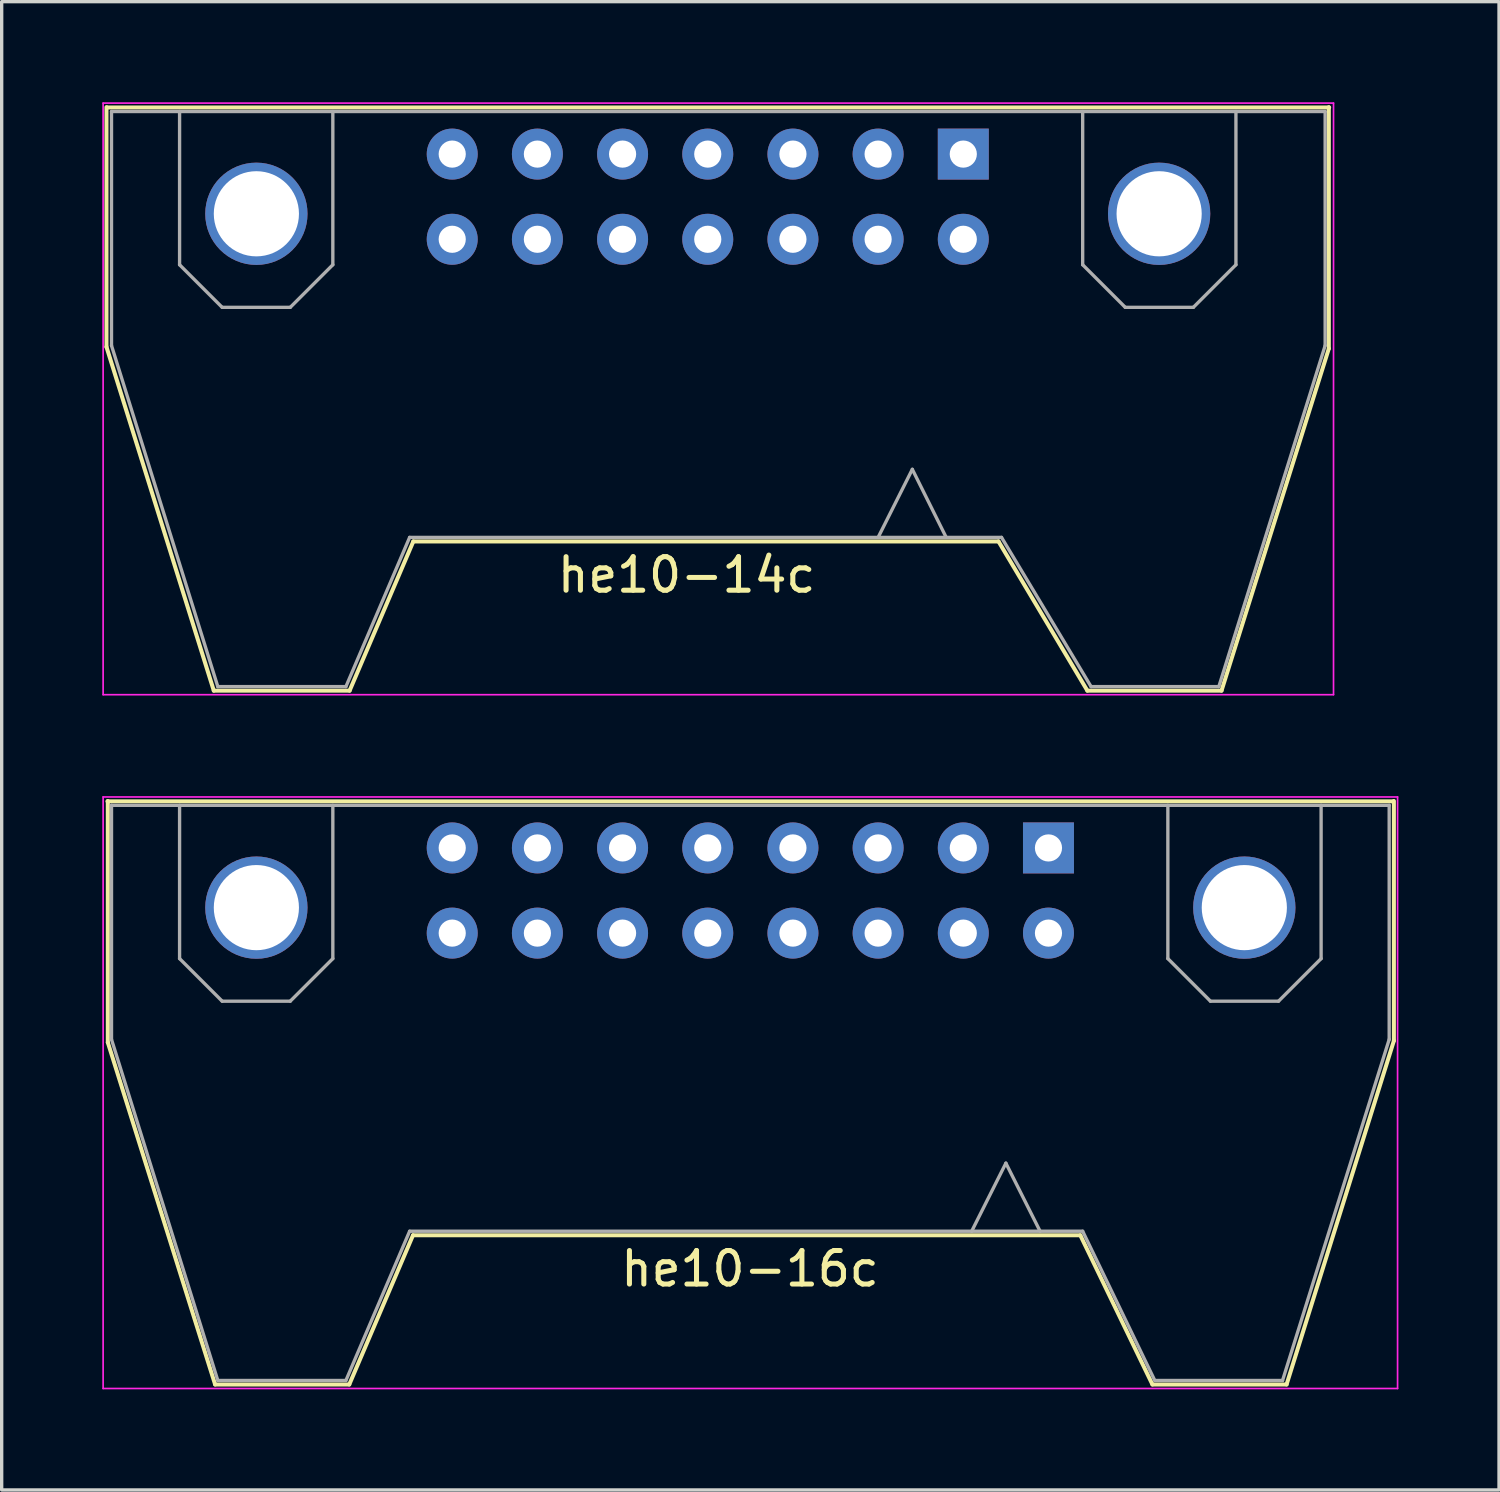
<source format=kicad_pcb>
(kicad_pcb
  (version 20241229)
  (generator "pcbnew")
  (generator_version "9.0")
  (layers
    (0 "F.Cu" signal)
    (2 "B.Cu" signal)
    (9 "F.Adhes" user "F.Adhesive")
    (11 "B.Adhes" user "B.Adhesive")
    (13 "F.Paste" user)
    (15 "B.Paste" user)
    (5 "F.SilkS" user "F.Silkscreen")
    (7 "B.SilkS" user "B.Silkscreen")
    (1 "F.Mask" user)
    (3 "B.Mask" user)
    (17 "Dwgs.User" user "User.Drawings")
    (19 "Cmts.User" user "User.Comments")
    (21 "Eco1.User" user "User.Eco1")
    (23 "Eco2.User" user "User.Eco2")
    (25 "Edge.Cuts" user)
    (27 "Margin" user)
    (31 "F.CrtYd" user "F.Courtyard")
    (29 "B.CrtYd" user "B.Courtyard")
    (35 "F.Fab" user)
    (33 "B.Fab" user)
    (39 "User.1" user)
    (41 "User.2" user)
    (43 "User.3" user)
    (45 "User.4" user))
  (footprint "he10-14c"
    (layer "F.Cu")
    (at 25.675 1.545)
    (property "Reference" "he10-14c" (at -8.25 12.55 0) (layer "F.SilkS") (effects (font (size 1 1) (thickness 0.15))))
    (attr through_hole)
    (fp_line (start -25.55 -1.4) (end -25.55 5.75) (stroke (width 0.12) (type solid)) (layer "F.SilkS"))
    (fp_line (start -25.55 5.75) (end -22.35 16) (stroke (width 0.12) (type solid)) (layer "F.SilkS"))
    (fp_line (start -25.52 -1.39) (end 10.91 -1.39) (stroke (width 0.12) (type solid)) (layer "F.SilkS"))
    (fp_line (start -22.35 16) (end -18.3 16) (stroke (width 0.12) (type solid)) (layer "F.SilkS"))
    (fp_line (start -18.3 16) (end -16.4 11.55) (stroke (width 0.12) (type solid)) (layer "F.SilkS"))
    (fp_line (start -16.4 11.55) (end 1.05 11.55) (stroke (width 0.12) (type solid)) (layer "F.SilkS"))
    (fp_line (start 1.05 11.55) (end 3.7 16) (stroke (width 0.12) (type solid)) (layer "F.SilkS"))
    (fp_line (start 3.7 16) (end 7.7 16) (stroke (width 0.12) (type solid)) (layer "F.SilkS"))
    (fp_line (start 7.7 16) (end 10.9 5.8) (stroke (width 0.12) (type solid)) (layer "F.SilkS"))
    (fp_line (start 10.9 5.8) (end 10.9 -1.4) (stroke (width 0.12) (type solid)) (layer "F.SilkS"))
    (fp_line (start -25.65 -1.52) (end -25.65 16.12) (stroke (width 0.05) (type solid)) (layer "F.CrtYd"))
    (fp_line (start -25.65 -1.52) (end 11.04 -1.52) (stroke (width 0.05) (type solid)) (layer "F.CrtYd"))
    (fp_line (start 11.04 16.12) (end -25.65 16.12) (stroke (width 0.05) (type solid)) (layer "F.CrtYd"))
    (fp_line (start 11.04 16.12) (end 11.04 -1.52) (stroke (width 0.05) (type solid)) (layer "F.CrtYd"))
    (fp_line (start -25.4 -1.27) (end -25.4 5.71) (stroke (width 0.1) (type solid)) (layer "F.Fab"))
    (fp_line (start -25.4 -1.27) (end 10.79 -1.27) (stroke (width 0.1) (type solid)) (layer "F.Fab"))
    (fp_line (start -25.4 5.71) (end -22.23 15.88) (stroke (width 0.1) (type solid)) (layer "F.Fab"))
    (fp_line (start -23.37 3.3) (end -23.37 -1.27) (stroke (width 0.1) (type solid)) (layer "F.Fab"))
    (fp_line (start -22.23 15.88) (end -18.41 15.88) (stroke (width 0.1) (type solid)) (layer "F.Fab"))
    (fp_line (start -22.1 4.57) (end -23.37 3.3) (stroke (width 0.1) (type solid)) (layer "F.Fab"))
    (fp_line (start -20.07 4.57) (end -22.1 4.57) (stroke (width 0.1) (type solid)) (layer "F.Fab"))
    (fp_line (start -18.8 -1.27) (end -18.8 3.3) (stroke (width 0.1) (type solid)) (layer "F.Fab"))
    (fp_line (start -18.8 3.3) (end -20.07 4.57) (stroke (width 0.1) (type solid)) (layer "F.Fab"))
    (fp_line (start -18.41 15.88) (end -16.51 11.43) (stroke (width 0.1) (type solid)) (layer "F.Fab"))
    (fp_line (start -16.51 11.43) (end 1.14 11.43) (stroke (width 0.1) (type solid)) (layer "F.Fab"))
    (fp_line (start -1.52 9.4) (end -2.54 11.43) (stroke (width 0.1) (type solid)) (layer "F.Fab"))
    (fp_line (start -0.51 11.43) (end -1.52 9.4) (stroke (width 0.1) (type solid)) (layer "F.Fab"))
    (fp_line (start 3.56 3.3) (end 3.56 -1.27) (stroke (width 0.1) (type solid)) (layer "F.Fab"))
    (fp_line (start 3.81 15.88) (end 1.14 11.43) (stroke (width 0.1) (type solid)) (layer "F.Fab"))
    (fp_line (start 4.83 4.57) (end 3.56 3.3) (stroke (width 0.1) (type solid)) (layer "F.Fab"))
    (fp_line (start 6.86 4.57) (end 4.83 4.57) (stroke (width 0.1) (type solid)) (layer "F.Fab"))
    (fp_line (start 7.62 15.88) (end 3.81 15.88) (stroke (width 0.1) (type solid)) (layer "F.Fab"))
    (fp_line (start 8.13 -1.27) (end 8.13 3.3) (stroke (width 0.1) (type solid)) (layer "F.Fab"))
    (fp_line (start 8.13 3.3) (end 6.86 4.57) (stroke (width 0.1) (type solid)) (layer "F.Fab"))
    (fp_line (start 10.79 -1.27) (end 10.79 5.71) (stroke (width 0.1) (type solid)) (layer "F.Fab"))
    (fp_line (start 10.79 5.71) (end 7.62 15.88) (stroke (width 0.1) (type solid)) (layer "F.Fab"))
    (pad "0" thru_hole circle (at -21.08 1.78) (size 3.05 3.05) (drill 2.54) (layers "*.Cu" "*.Mask"))
    (pad "0" thru_hole circle (at 5.84 1.78) (size 3.05 3.05) (drill 2.54) (layers "*.Cu" "*.Mask"))
    (pad "1" thru_hole rect (at 0 0) (size 1.52 1.52) (drill 0.81) (layers "*.Cu" "*.Mask"))
    (pad "2" thru_hole circle (at 0 2.54) (size 1.52 1.52) (drill 0.81) (layers "*.Cu" "*.Mask"))
    (pad "3" thru_hole circle (at -2.54 0) (size 1.52 1.52) (drill 0.81) (layers "*.Cu" "*.Mask"))
    (pad "4" thru_hole circle (at -2.54 2.54) (size 1.52 1.52) (drill 0.81) (layers "*.Cu" "*.Mask"))
    (pad "5" thru_hole circle (at -5.08 0) (size 1.52 1.52) (drill 0.81) (layers "*.Cu" "*.Mask"))
    (pad "6" thru_hole circle (at -7.62 2.54) (size 1.52 1.52) (drill 0.81) (layers "*.Cu" "*.Mask"))
    (pad "7" thru_hole circle (at -7.62 0) (size 1.52 1.52) (drill 0.81) (layers "*.Cu" "*.Mask"))
    (pad "8" thru_hole circle (at -5.08 2.54) (size 1.52 1.52) (drill 0.81) (layers "*.Cu" "*.Mask"))
    (pad "9" thru_hole circle (at -10.16 0) (size 1.52 1.52) (drill 0.81) (layers "*.Cu" "*.Mask"))
    (pad "10" thru_hole circle (at -10.16 2.54) (size 1.52 1.52) (drill 0.81) (layers "*.Cu" "*.Mask"))
    (pad "11" thru_hole circle (at -12.7 0) (size 1.52 1.52) (drill 0.81) (layers "*.Cu" "*.Mask"))
    (pad "12" thru_hole circle (at -12.7 2.54) (size 1.52 1.52) (drill 0.81) (layers "*.Cu" "*.Mask"))
    (pad "13" thru_hole circle (at -15.24 0) (size 1.52 1.52) (drill 0.81) (layers "*.Cu" "*.Mask"))
    (pad "14" thru_hole circle (at -15.24 2.54) (size 1.52 1.52) (drill 0.81) (layers "*.Cu" "*.Mask")))
  (footprint "he10-16c"
    (layer "F.Cu")
    (at 28.215 22.235)
    (property "Reference" "he10-16c" (at -8.9 12.55 0) (layer "F.SilkS") (effects (font (size 1 1) (thickness 0.15))))
    (attr through_hole)
    (fp_line (start -28.06 -1.39) (end 10.28 -1.39) (stroke (width 0.12) (type solid)) (layer "F.SilkS"))
    (fp_line (start -28.05 5.8) (end -28.05 -1.4) (stroke (width 0.12) (type solid)) (layer "F.SilkS"))
    (fp_line (start -24.85 16) (end -28.05 5.8) (stroke (width 0.12) (type solid)) (layer "F.SilkS"))
    (fp_line (start -20.85 16) (end -24.85 16) (stroke (width 0.12) (type solid)) (layer "F.SilkS"))
    (fp_line (start -18.95 11.55) (end -20.85 16) (stroke (width 0.12) (type solid)) (layer "F.SilkS"))
    (fp_line (start 0.95 11.55) (end -18.95 11.55) (stroke (width 0.12) (type solid)) (layer "F.SilkS"))
    (fp_line (start 3.1 16) (end 0.95 11.55) (stroke (width 0.12) (type solid)) (layer "F.SilkS"))
    (fp_line (start 7.1 16) (end 3.1 16) (stroke (width 0.12) (type solid)) (layer "F.SilkS"))
    (fp_line (start 10.3 -1.4) (end 10.3 5.75) (stroke (width 0.12) (type solid)) (layer "F.SilkS"))
    (fp_line (start 10.3 5.75) (end 7.1 16) (stroke (width 0.12) (type solid)) (layer "F.SilkS"))
    (fp_line (start -28.19 -1.52) (end -28.19 16.12) (stroke (width 0.05) (type solid)) (layer "F.CrtYd"))
    (fp_line (start -28.19 -1.52) (end 10.41 -1.52) (stroke (width 0.05) (type solid)) (layer "F.CrtYd"))
    (fp_line (start 10.41 16.12) (end -28.19 16.12) (stroke (width 0.05) (type solid)) (layer "F.CrtYd"))
    (fp_line (start 10.41 16.12) (end 10.41 -1.52) (stroke (width 0.05) (type solid)) (layer "F.CrtYd"))
    (fp_line (start -27.94 -1.27) (end -27.94 5.71) (stroke (width 0.1) (type solid)) (layer "F.Fab"))
    (fp_line (start -27.94 -1.27) (end 10.16 -1.27) (stroke (width 0.1) (type solid)) (layer "F.Fab"))
    (fp_line (start -27.94 5.71) (end -24.77 15.88) (stroke (width 0.1) (type solid)) (layer "F.Fab"))
    (fp_line (start -25.91 3.3) (end -25.91 -1.27) (stroke (width 0.1) (type solid)) (layer "F.Fab"))
    (fp_line (start -24.77 15.88) (end -20.95 15.88) (stroke (width 0.1) (type solid)) (layer "F.Fab"))
    (fp_line (start -24.64 4.57) (end -25.91 3.3) (stroke (width 0.1) (type solid)) (layer "F.Fab"))
    (fp_line (start -22.61 4.57) (end -24.64 4.57) (stroke (width 0.1) (type solid)) (layer "F.Fab"))
    (fp_line (start -21.34 -1.27) (end -21.34 3.3) (stroke (width 0.1) (type solid)) (layer "F.Fab"))
    (fp_line (start -21.34 3.3) (end -22.61 4.57) (stroke (width 0.1) (type solid)) (layer "F.Fab"))
    (fp_line (start -20.95 15.88) (end -19.05 11.43) (stroke (width 0.1) (type solid)) (layer "F.Fab"))
    (fp_line (start -19.05 11.43) (end 1.02 11.43) (stroke (width 0.1) (type solid)) (layer "F.Fab"))
    (fp_line (start -1.27 9.4) (end -2.29 11.43) (stroke (width 0.1) (type solid)) (layer "F.Fab"))
    (fp_line (start -0.25 11.43) (end -1.27 9.4) (stroke (width 0.1) (type solid)) (layer "F.Fab"))
    (fp_line (start 3.17 15.88) (end 1.02 11.43) (stroke (width 0.1) (type solid)) (layer "F.Fab"))
    (fp_line (start 3.56 3.3) (end 3.56 -1.27) (stroke (width 0.1) (type solid)) (layer "F.Fab"))
    (fp_line (start 4.83 4.57) (end 3.56 3.3) (stroke (width 0.1) (type solid)) (layer "F.Fab"))
    (fp_line (start 6.86 4.57) (end 4.83 4.57) (stroke (width 0.1) (type solid)) (layer "F.Fab"))
    (fp_line (start 6.98 15.88) (end 3.17 15.88) (stroke (width 0.1) (type solid)) (layer "F.Fab"))
    (fp_line (start 8.13 -1.27) (end 8.13 3.3) (stroke (width 0.1) (type solid)) (layer "F.Fab"))
    (fp_line (start 8.13 3.3) (end 6.86 4.57) (stroke (width 0.1) (type solid)) (layer "F.Fab"))
    (fp_line (start 10.16 -1.27) (end 10.16 5.71) (stroke (width 0.1) (type solid)) (layer "F.Fab"))
    (fp_line (start 10.16 5.71) (end 6.98 15.88) (stroke (width 0.1) (type solid)) (layer "F.Fab"))
    (pad "0" thru_hole circle (at -23.62 1.78) (size 3.05 3.05) (drill 2.54) (layers "*.Cu" "*.Mask"))
    (pad "0" thru_hole circle (at 5.84 1.78) (size 3.05 3.05) (drill 2.54) (layers "*.Cu" "*.Mask"))
    (pad "1" thru_hole rect (at 0 0) (size 1.52 1.52) (drill 0.81) (layers "*.Cu" "*.Mask"))
    (pad "2" thru_hole circle (at 0 2.54) (size 1.52 1.52) (drill 0.81) (layers "*.Cu" "*.Mask"))
    (pad "3" thru_hole circle (at -2.54 0) (size 1.52 1.52) (drill 0.81) (layers "*.Cu" "*.Mask"))
    (pad "4" thru_hole circle (at -2.54 2.54) (size 1.52 1.52) (drill 0.81) (layers "*.Cu" "*.Mask"))
    (pad "5" thru_hole circle (at -5.08 0) (size 1.52 1.52) (drill 0.81) (layers "*.Cu" "*.Mask"))
    (pad "6" thru_hole circle (at -5.08 2.54) (size 1.52 1.52) (drill 0.81) (layers "*.Cu" "*.Mask"))
    (pad "7" thru_hole circle (at -7.62 0) (size 1.52 1.52) (drill 0.81) (layers "*.Cu" "*.Mask"))
    (pad "8" thru_hole circle (at -7.62 2.54) (size 1.52 1.52) (drill 0.81) (layers "*.Cu" "*.Mask"))
    (pad "9" thru_hole circle (at -10.16 0) (size 1.52 1.52) (drill 0.81) (layers "*.Cu" "*.Mask"))
    (pad "10" thru_hole circle (at -10.16 2.54) (size 1.52 1.52) (drill 0.81) (layers "*.Cu" "*.Mask"))
    (pad "11" thru_hole circle (at -12.7 0) (size 1.52 1.52) (drill 0.81) (layers "*.Cu" "*.Mask"))
    (pad "12" thru_hole circle (at -12.7 2.54) (size 1.52 1.52) (drill 0.81) (layers "*.Cu" "*.Mask"))
    (pad "13" thru_hole circle (at -15.24 0) (size 1.52 1.52) (drill 0.81) (layers "*.Cu" "*.Mask"))
    (pad "14" thru_hole circle (at -15.24 2.54) (size 1.52 1.52) (drill 0.81) (layers "*.Cu" "*.Mask"))
    (pad "15" thru_hole circle (at -17.78 0) (size 1.52 1.52) (drill 0.81) (layers "*.Cu" "*.Mask"))
    (pad "16" thru_hole circle (at -17.78 2.54) (size 1.52 1.52) (drill 0.81) (layers "*.Cu" "*.Mask")))
  (gr_rect
    (start -3 -3)
    (end 41.65 41.38)
    (stroke (width 0.1) (type default))
    (fill no)
    (layer "Edge.Cuts")))
</source>
